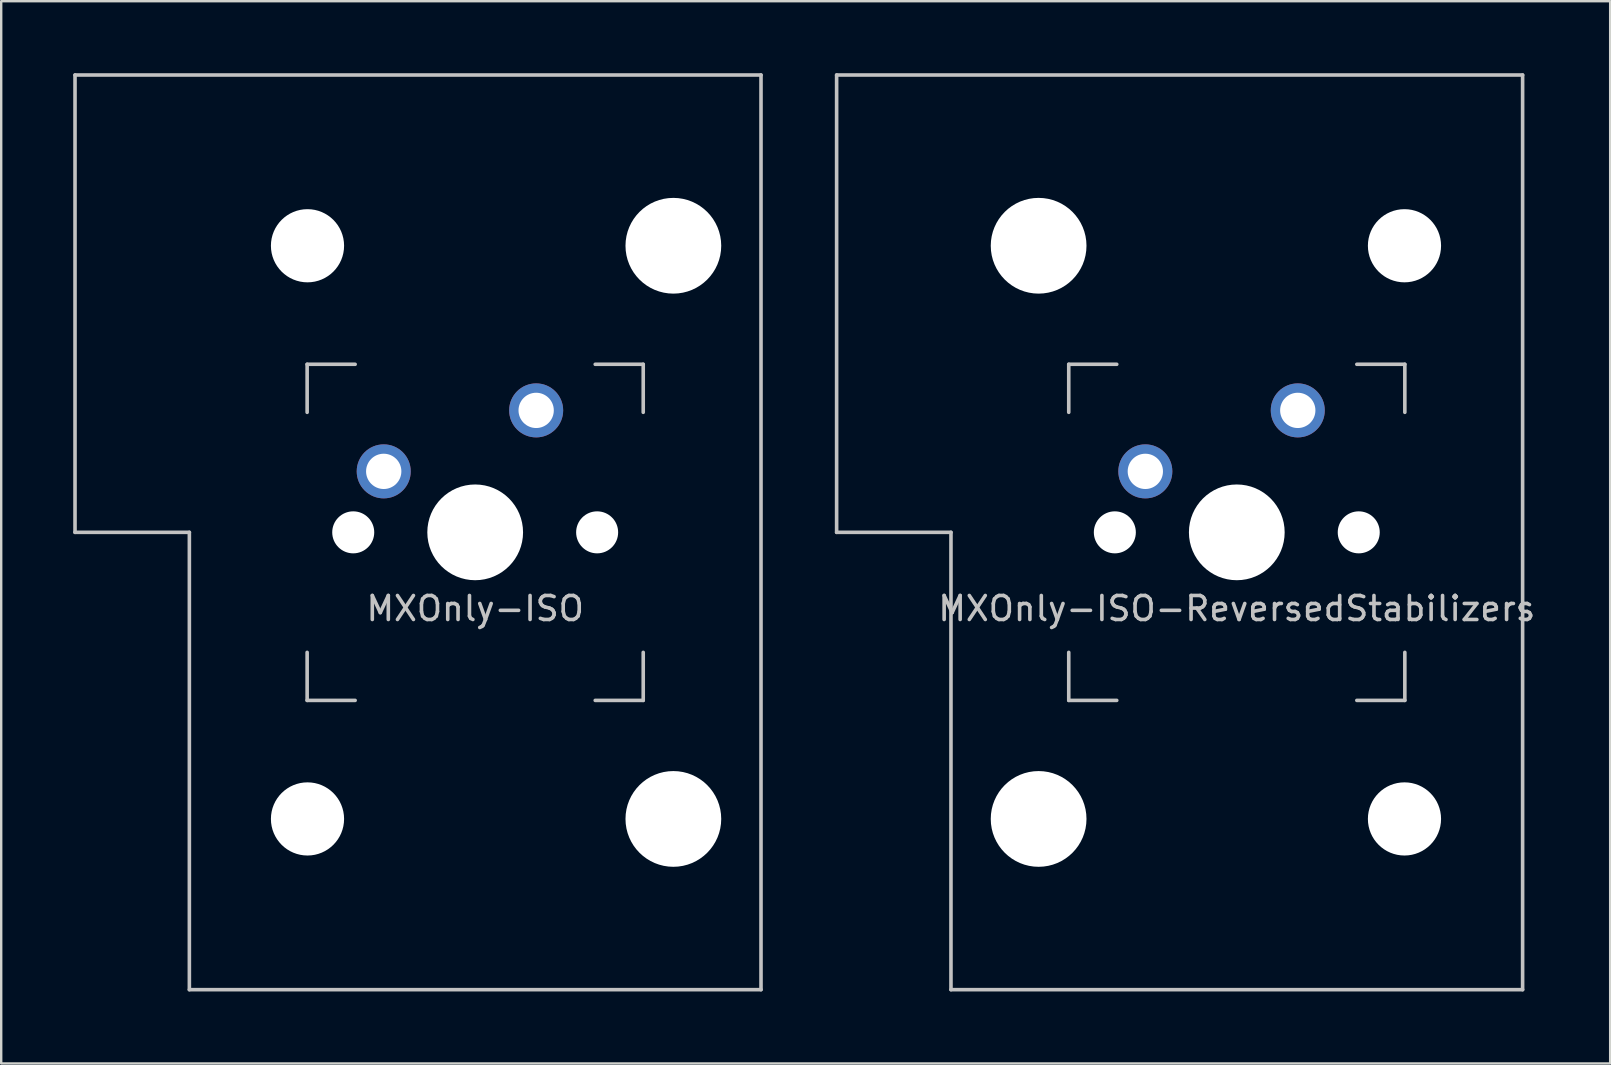
<source format=kicad_pcb>
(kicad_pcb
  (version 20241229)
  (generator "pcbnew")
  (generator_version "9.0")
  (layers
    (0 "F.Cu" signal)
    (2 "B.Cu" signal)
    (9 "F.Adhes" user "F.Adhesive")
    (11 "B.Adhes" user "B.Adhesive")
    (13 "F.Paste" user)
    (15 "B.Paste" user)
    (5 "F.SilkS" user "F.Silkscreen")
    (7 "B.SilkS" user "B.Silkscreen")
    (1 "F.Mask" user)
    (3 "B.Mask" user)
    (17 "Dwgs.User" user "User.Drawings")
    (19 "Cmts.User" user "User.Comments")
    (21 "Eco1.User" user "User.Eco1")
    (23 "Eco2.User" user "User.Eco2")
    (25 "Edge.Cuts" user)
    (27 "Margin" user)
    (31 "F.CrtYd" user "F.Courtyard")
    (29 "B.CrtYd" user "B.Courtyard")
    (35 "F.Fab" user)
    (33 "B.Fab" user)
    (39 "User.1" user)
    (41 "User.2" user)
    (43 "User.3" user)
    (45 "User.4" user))
  (footprint "MXOnly-ISO"
    (layer "F.Cu")
    (at 16.744 19.125)
    (property "Reference" "MXOnly-ISO" (at 0 3.175 0) (layer "Dwgs.User") (effects (font (size 1 1) (thickness 0.15))))
    (attr through_hole)
    (fp_line (start -16.669 -19.05) (end -16.669 0) (stroke (width 0.15) (type solid)) (layer "Dwgs.User"))
    (fp_line (start -16.669 -19.05) (end 11.906 -19.05) (stroke (width 0.15) (type solid)) (layer "Dwgs.User"))
    (fp_line (start -11.906 0) (end -16.669 0) (stroke (width 0.15) (type solid)) (layer "Dwgs.User"))
    (fp_line (start -11.906 19.05) (end -11.906 0) (stroke (width 0.15) (type solid)) (layer "Dwgs.User"))
    (fp_line (start -11.906 19.05) (end 11.906 19.05) (stroke (width 0.15) (type solid)) (layer "Dwgs.User"))
    (fp_line (start -7 -7) (end -7 -5) (stroke (width 0.15) (type solid)) (layer "Dwgs.User"))
    (fp_line (start -7 5) (end -7 7) (stroke (width 0.15) (type solid)) (layer "Dwgs.User"))
    (fp_line (start -7 7) (end -5 7) (stroke (width 0.15) (type solid)) (layer "Dwgs.User"))
    (fp_line (start -5 -7) (end -7 -7) (stroke (width 0.15) (type solid)) (layer "Dwgs.User"))
    (fp_line (start 5 -7) (end 7 -7) (stroke (width 0.15) (type solid)) (layer "Dwgs.User"))
    (fp_line (start 5 7) (end 7 7) (stroke (width 0.15) (type solid)) (layer "Dwgs.User"))
    (fp_line (start 7 -7) (end 7 -5) (stroke (width 0.15) (type solid)) (layer "Dwgs.User"))
    (fp_line (start 7 7) (end 7 5) (stroke (width 0.15) (type solid)) (layer "Dwgs.User"))
    (fp_line (start 11.906 -19.05) (end 11.906 19.05) (stroke (width 0.15) (type solid)) (layer "Dwgs.User"))
    (pad "" np_thru_hole circle (at -6.985 -11.938) (size 3.048 3.048) (drill 3.048) (layers "*.Cu" "*.Mask"))
    (pad "" np_thru_hole circle (at -6.985 11.938) (size 3.048 3.048) (drill 3.048) (layers "*.Cu" "*.Mask"))
    (pad "" np_thru_hole circle (at -5.08 0 48.1) (size 1.75 1.75) (drill 1.75) (layers "*.Cu" "*.Mask"))
    (pad "" np_thru_hole circle (at 0 0) (size 3.988 3.988) (drill 3.988) (layers "*.Cu" "*.Mask"))
    (pad "" np_thru_hole circle (at 5.08 0 48.1) (size 1.75 1.75) (drill 1.75) (layers "*.Cu" "*.Mask"))
    (pad "" np_thru_hole circle (at 8.255 -11.938) (size 3.988 3.988) (drill 3.988) (layers "*.Cu" "*.Mask"))
    (pad "" np_thru_hole circle (at 8.255 11.938) (size 3.988 3.988) (drill 3.988) (layers "*.Cu" "*.Mask"))
    (pad "1" thru_hole circle (at -3.81 -2.54) (size 2.25 2.25) (drill 1.47) (layers "*.Cu" "B.Mask"))
    (pad "2" thru_hole circle (at 2.54 -5.08) (size 2.25 2.25) (drill 1.47) (layers "*.Cu" "B.Mask")))
  (footprint "MXOnly-ISO-ReversedStabilizers"
    (layer "F.Cu")
    (at 48.469 19.125)
    (property "Reference" "MXOnly-ISO-ReversedStabilizers" (at 0 3.175 0) (layer "Dwgs.User") (effects (font (size 1 1) (thickness 0.15))))
    (attr through_hole)
    (fp_line (start -16.669 -19.05) (end -16.669 0) (stroke (width 0.15) (type solid)) (layer "Dwgs.User"))
    (fp_line (start -16.669 -19.05) (end 11.906 -19.05) (stroke (width 0.15) (type solid)) (layer "Dwgs.User"))
    (fp_line (start -11.906 0) (end -16.669 0) (stroke (width 0.15) (type solid)) (layer "Dwgs.User"))
    (fp_line (start -11.906 19.05) (end -11.906 0) (stroke (width 0.15) (type solid)) (layer "Dwgs.User"))
    (fp_line (start -11.906 19.05) (end 11.906 19.05) (stroke (width 0.15) (type solid)) (layer "Dwgs.User"))
    (fp_line (start -7 -7) (end -7 -5) (stroke (width 0.15) (type solid)) (layer "Dwgs.User"))
    (fp_line (start -7 5) (end -7 7) (stroke (width 0.15) (type solid)) (layer "Dwgs.User"))
    (fp_line (start -7 7) (end -5 7) (stroke (width 0.15) (type solid)) (layer "Dwgs.User"))
    (fp_line (start -5 -7) (end -7 -7) (stroke (width 0.15) (type solid)) (layer "Dwgs.User"))
    (fp_line (start 5 -7) (end 7 -7) (stroke (width 0.15) (type solid)) (layer "Dwgs.User"))
    (fp_line (start 5 7) (end 7 7) (stroke (width 0.15) (type solid)) (layer "Dwgs.User"))
    (fp_line (start 7 -7) (end 7 -5) (stroke (width 0.15) (type solid)) (layer "Dwgs.User"))
    (fp_line (start 7 7) (end 7 5) (stroke (width 0.15) (type solid)) (layer "Dwgs.User"))
    (fp_line (start 11.906 -19.05) (end 11.906 19.05) (stroke (width 0.15) (type solid)) (layer "Dwgs.User"))
    (pad "" np_thru_hole circle (at -8.255 -11.938) (size 3.988 3.988) (drill 3.988) (layers "*.Cu" "*.Mask"))
    (pad "" np_thru_hole circle (at -8.255 11.938) (size 3.988 3.988) (drill 3.988) (layers "*.Cu" "*.Mask"))
    (pad "" np_thru_hole circle (at -5.08 0 48.1) (size 1.75 1.75) (drill 1.75) (layers "*.Cu" "*.Mask"))
    (pad "" np_thru_hole circle (at 0 0) (size 3.988 3.988) (drill 3.988) (layers "*.Cu" "*.Mask"))
    (pad "" np_thru_hole circle (at 5.08 0 48.1) (size 1.75 1.75) (drill 1.75) (layers "*.Cu" "*.Mask"))
    (pad "" np_thru_hole circle (at 6.985 -11.938) (size 3.048 3.048) (drill 3.048) (layers "*.Cu" "*.Mask"))
    (pad "" np_thru_hole circle (at 6.985 11.938) (size 3.048 3.048) (drill 3.048) (layers "*.Cu" "*.Mask"))
    (pad "1" thru_hole circle (at -3.81 -2.54) (size 2.25 2.25) (drill 1.47) (layers "*.Cu" "B.Mask"))
    (pad "2" thru_hole circle (at 2.54 -5.08) (size 2.25 2.25) (drill 1.47) (layers "*.Cu" "B.Mask")))
  (gr_rect
    (start -3 -3)
    (end 64.022 41.25)
    (stroke (width 0.1) (type default))
    (fill no)
    (layer "Edge.Cuts")))
</source>
